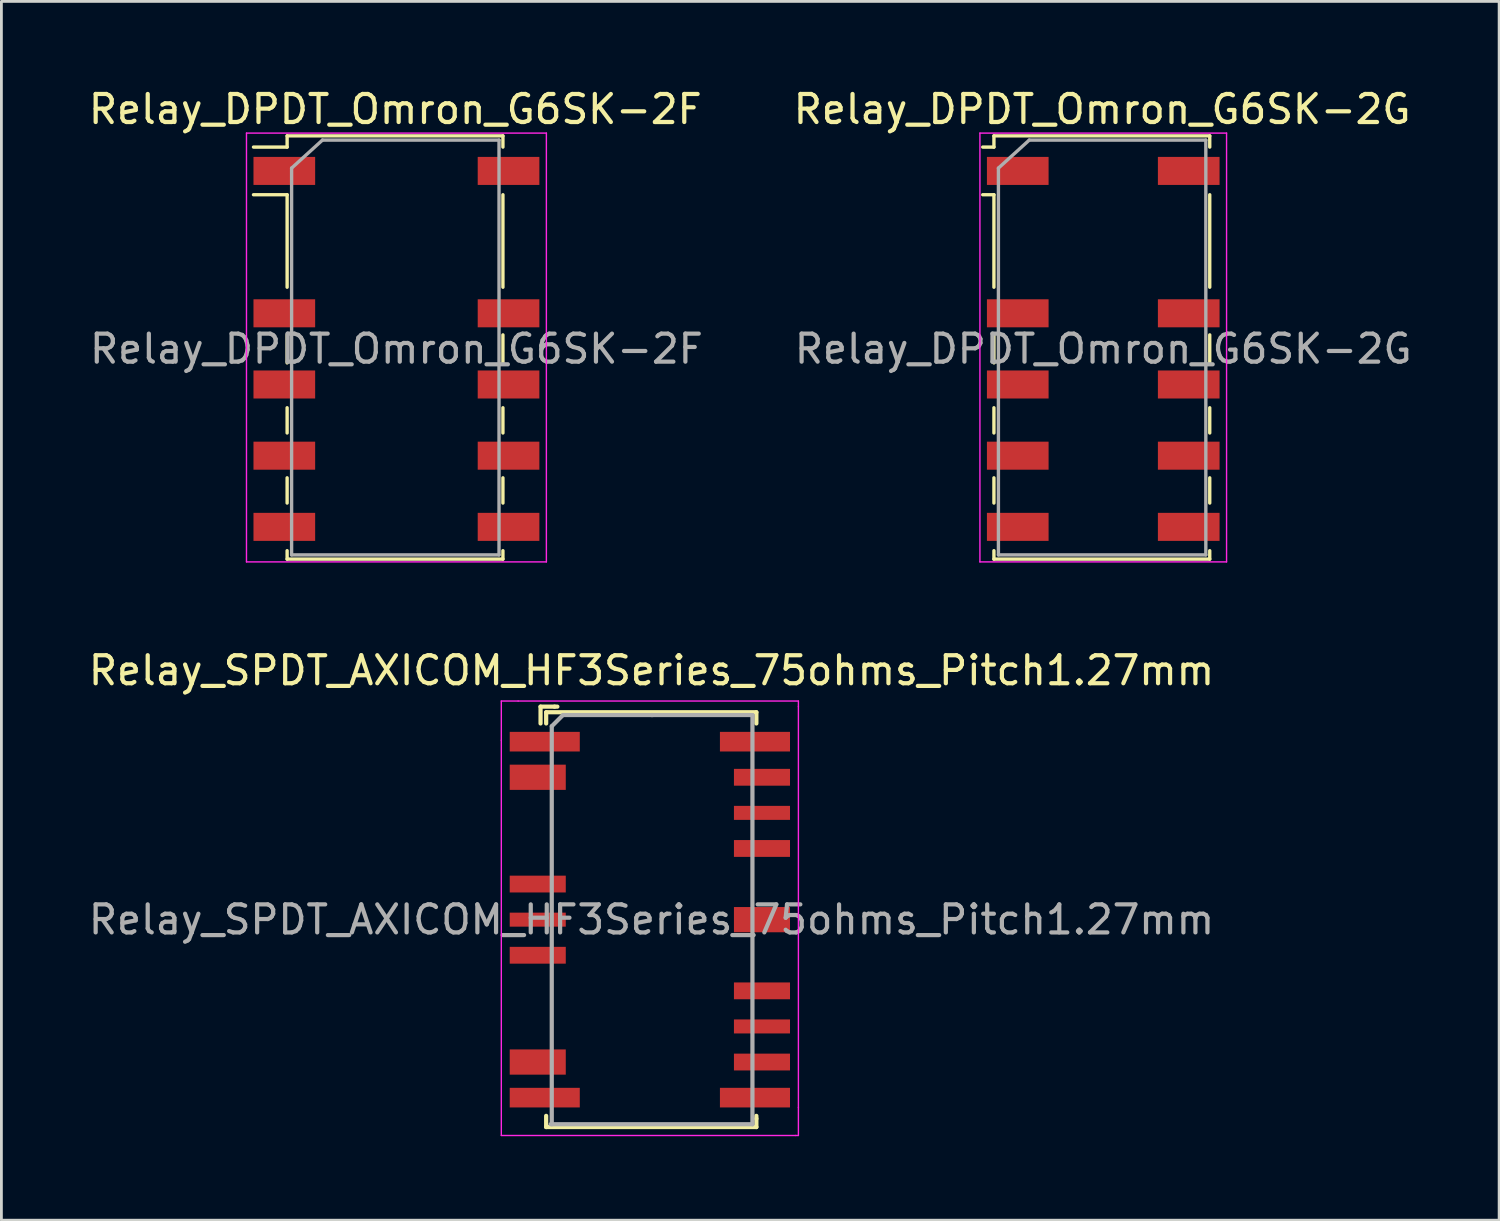
<source format=kicad_pcb>
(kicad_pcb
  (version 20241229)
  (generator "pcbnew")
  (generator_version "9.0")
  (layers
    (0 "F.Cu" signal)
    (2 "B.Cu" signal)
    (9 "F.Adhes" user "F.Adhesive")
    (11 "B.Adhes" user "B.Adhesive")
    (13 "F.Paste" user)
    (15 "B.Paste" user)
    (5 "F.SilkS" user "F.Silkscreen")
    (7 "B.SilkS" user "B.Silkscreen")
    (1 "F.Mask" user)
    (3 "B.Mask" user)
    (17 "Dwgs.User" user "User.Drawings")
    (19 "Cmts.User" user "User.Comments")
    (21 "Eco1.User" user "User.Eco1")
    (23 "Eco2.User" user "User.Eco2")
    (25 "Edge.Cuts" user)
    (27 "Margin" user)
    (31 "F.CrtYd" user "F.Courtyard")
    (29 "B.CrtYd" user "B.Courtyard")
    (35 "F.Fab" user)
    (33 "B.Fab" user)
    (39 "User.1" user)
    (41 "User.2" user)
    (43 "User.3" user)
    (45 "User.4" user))
  (footprint "Relay_DPDT_Omron_G6SK-2G"
    (layer "F.Cu")
    (at 36.312 9.398)
    (property "Reference" "Relay_DPDT_Omron_G6SK-2G" (at -0.04 -8.55 0) (layer "F.SilkS") (effects (font (size 1 1) (thickness 0.15))))
    (attr smd)
    (fp_line (start -4.3 -7.2) (end -3.9 -7.2) (stroke (width 0.12) (type solid)) (layer "F.SilkS"))
    (fp_line (start -3.9 -7.6) (end 3.8 -7.6) (stroke (width 0.12) (type solid)) (layer "F.SilkS"))
    (fp_line (start -3.9 -7.2) (end -3.9 -7.6) (stroke (width 0.12) (type solid)) (layer "F.SilkS"))
    (fp_line (start -3.9 -5.5) (end -4.3 -5.5) (stroke (width 0.12) (type solid)) (layer "F.SilkS"))
    (fp_line (start -3.9 -5.5) (end -3.9 -2.2) (stroke (width 0.12) (type solid)) (layer "F.SilkS"))
    (fp_line (start -3.9 -0.5) (end -3.9 0.5) (stroke (width 0.12) (type solid)) (layer "F.SilkS"))
    (fp_line (start -3.9 2.1) (end -3.9 3) (stroke (width 0.12) (type solid)) (layer "F.SilkS"))
    (fp_line (start -3.9 5.5) (end -3.9 4.6) (stroke (width 0.12) (type solid)) (layer "F.SilkS"))
    (fp_line (start -3.9 7.2) (end -3.9 7.5) (stroke (width 0.12) (type solid)) (layer "F.SilkS"))
    (fp_line (start -3.9 7.5) (end 3.8 7.5) (stroke (width 0.12) (type solid)) (layer "F.SilkS"))
    (fp_line (start 3.8 -7.6) (end 3.8 -7.2) (stroke (width 0.12) (type solid)) (layer "F.SilkS"))
    (fp_line (start 3.8 -5.5) (end 3.8 -2.2) (stroke (width 0.12) (type solid)) (layer "F.SilkS"))
    (fp_line (start 3.8 0.5) (end 3.8 -0.5) (stroke (width 0.12) (type solid)) (layer "F.SilkS"))
    (fp_line (start 3.8 3) (end 3.8 2.1) (stroke (width 0.12) (type solid)) (layer "F.SilkS"))
    (fp_line (start 3.8 4.6) (end 3.8 5.5) (stroke (width 0.12) (type solid)) (layer "F.SilkS"))
    (fp_line (start 3.8 7.5) (end 3.8 7.2) (stroke (width 0.12) (type solid)) (layer "F.SilkS"))
    (fp_line (start -4.4 -7.7) (end -4.4 7.6) (stroke (width 0.05) (type solid)) (layer "F.CrtYd"))
    (fp_line (start -4.4 -7.7) (end 4.4 -7.7) (stroke (width 0.05) (type solid)) (layer "F.CrtYd"))
    (fp_line (start 4.4 7.6) (end -4.4 7.6) (stroke (width 0.05) (type solid)) (layer "F.CrtYd"))
    (fp_line (start 4.4 7.6) (end 4.4 -7.7) (stroke (width 0.05) (type solid)) (layer "F.CrtYd"))
    (fp_line (start -3.74 -6.45) (end -2.64 -7.45) (stroke (width 0.12) (type solid)) (layer "F.Fab"))
    (fp_line (start -3.74 7.35) (end -3.74 -6.45) (stroke (width 0.12) (type solid)) (layer "F.Fab"))
    (fp_line (start -2.64 -7.45) (end 3.66 -7.45) (stroke (width 0.12) (type solid)) (layer "F.Fab"))
    (fp_line (start 3.66 -7.45) (end 3.66 7.35) (stroke (width 0.12) (type solid)) (layer "F.Fab"))
    (fp_line (start 3.66 7.35) (end -3.74 7.35) (stroke (width 0.12) (type solid)) (layer "F.Fab"))
    (fp_text user "${REFERENCE}" (at 0 0 0) (layer "F.Fab") (effects (font (size 1 1) (thickness 0.15))))
    (pad "1" smd rect (at -3.05 -6.35) (size 2.2 1) (layers "F.Cu" "F.Mask" "F.Paste"))
    (pad "3" smd rect (at -3.05 -1.27) (size 2.2 1) (layers "F.Cu" "F.Mask" "F.Paste"))
    (pad "4" smd rect (at -3.05 1.27) (size 2.2 1) (layers "F.Cu" "F.Mask" "F.Paste"))
    (pad "5" smd rect (at -3.05 3.81) (size 2.2 1) (layers "F.Cu" "F.Mask" "F.Paste"))
    (pad "6" smd rect (at -3.05 6.35) (size 2.2 1) (layers "F.Cu" "F.Mask" "F.Paste"))
    (pad "7" smd rect (at 3.05 6.35) (size 2.2 1) (layers "F.Cu" "F.Mask" "F.Paste"))
    (pad "8" smd rect (at 3.05 3.81) (size 2.2 1) (layers "F.Cu" "F.Mask" "F.Paste"))
    (pad "9" smd rect (at 3.05 1.27) (size 2.2 1) (layers "F.Cu" "F.Mask" "F.Paste"))
    (pad "10" smd rect (at 3.05 -1.27) (size 2.2 1) (layers "F.Cu" "F.Mask" "F.Paste"))
    (pad "12" smd rect (at 3.05 -6.35) (size 2.2 1) (layers "F.Cu" "F.Mask" "F.Paste")))
  (footprint "Relay_SPDT_AXICOM_HF3Series_75ohms_Pitch1.27mm"
    (layer "F.Cu")
    (at 20.136 29.762)
    (property "Reference" "Relay_SPDT_AXICOM_HF3Series_75ohms_Pitch1.27mm" (at 0.06 -8.89 0) (layer "F.SilkS") (effects (font (size 1 1) (thickness 0.15))))
    (attr smd)
    (fp_line (start -3.9 -7.6) (end -3.4 -7.6) (stroke (width 0.15) (type solid)) (layer "F.SilkS"))
    (fp_line (start -3.9 -7) (end -3.9 -7.6) (stroke (width 0.15) (type solid)) (layer "F.SilkS"))
    (fp_line (start -3.7 -7.4) (end -3.7 -7) (stroke (width 0.15) (type solid)) (layer "F.SilkS"))
    (fp_line (start -3.7 7.4) (end -3.7 7) (stroke (width 0.15) (type solid)) (layer "F.SilkS"))
    (fp_line (start -3.4 -7.6) (end -3.3 -7.6) (stroke (width 0.15) (type solid)) (layer "F.SilkS"))
    (fp_line (start 3.8 -7.4) (end -3.7 -7.4) (stroke (width 0.15) (type solid)) (layer "F.SilkS"))
    (fp_line (start 3.8 -7) (end 3.8 -7.4) (stroke (width 0.15) (type solid)) (layer "F.SilkS"))
    (fp_line (start 3.8 7.1) (end 3.8 7) (stroke (width 0.15) (type solid)) (layer "F.SilkS"))
    (fp_line (start 3.8 7.1) (end 3.8 7.4) (stroke (width 0.15) (type solid)) (layer "F.SilkS"))
    (fp_line (start 3.8 7.4) (end -3.7 7.4) (stroke (width 0.15) (type solid)) (layer "F.SilkS"))
    (fp_line (start -5.3 -7.8) (end -5.3 -6.4) (stroke (width 0.05) (type solid)) (layer "F.CrtYd"))
    (fp_line (start -5.3 -6.4) (end -5.3 7.7) (stroke (width 0.05) (type solid)) (layer "F.CrtYd"))
    (fp_line (start -5.3 7.7) (end 5.2 7.7) (stroke (width 0.05) (type solid)) (layer "F.CrtYd"))
    (fp_line (start -4.7 -7.8) (end -5.3 -7.8) (stroke (width 0.05) (type solid)) (layer "F.CrtYd"))
    (fp_line (start 5.2 7.7) (end 5.3 7.7) (stroke (width 0.05) (type solid)) (layer "F.CrtYd"))
    (fp_line (start 5.3 -7.8) (end -4.7 -7.8) (stroke (width 0.05) (type solid)) (layer "F.CrtYd"))
    (fp_line (start 5.3 -7.6) (end 5.3 -7.8) (stroke (width 0.05) (type solid)) (layer "F.CrtYd"))
    (fp_line (start 5.3 6.7) (end 5.3 -7.6) (stroke (width 0.05) (type solid)) (layer "F.CrtYd"))
    (fp_line (start 5.3 7.7) (end 5.3 6.7) (stroke (width 0.05) (type solid)) (layer "F.CrtYd"))
    (fp_line (start -3.5 -6.9) (end -3.1 -7.3) (stroke (width 0.15) (type solid)) (layer "F.Fab"))
    (fp_line (start -3.5 7.3) (end -3.5 -6.9) (stroke (width 0.15) (type solid)) (layer "F.Fab"))
    (fp_line (start -3.1 -7.3) (end 0.1 -7.3) (stroke (width 0.15) (type solid)) (layer "F.Fab"))
    (fp_line (start 0.06 -7.3) (end 3.66 -7.3) (stroke (width 0.15) (type solid)) (layer "F.Fab"))
    (fp_line (start 3.66 -7.3) (end 3.66 7.3) (stroke (width 0.15) (type solid)) (layer "F.Fab"))
    (fp_line (start 3.66 7.3) (end -3.54 7.3) (stroke (width 0.15) (type solid)) (layer "F.Fab"))
    (fp_text user "${REFERENCE}" (at 0.06 0 0) (layer "F.Fab") (effects (font (size 1 1) (thickness 0.15))))
    (pad "1" smd rect (at -3.75 -6.35) (size 2.5 0.7) (layers "F.Cu" "F.Mask" "F.Paste"))
    (pad "2" smd rect (at -4 -5.08) (size 2 0.9) (layers "F.Cu" "F.Mask" "F.Paste"))
    (pad "5" smd rect (at -4 -1.27) (size 2 0.6) (layers "F.Cu" "F.Mask" "F.Paste"))
    (pad "6" smd rect (at -4 0) (size 2 0.5) (layers "F.Cu" "F.Mask" "F.Paste"))
    (pad "7" smd rect (at -4 1.27) (size 2 0.6) (layers "F.Cu" "F.Mask" "F.Paste"))
    (pad "10" smd rect (at -4 5.08) (size 2 0.9) (layers "F.Cu" "F.Mask" "F.Paste"))
    (pad "11" smd rect (at -3.75 6.35) (size 2.5 0.7) (layers "F.Cu" "F.Mask" "F.Paste"))
    (pad "12" smd rect (at 3.75 6.35) (size 2.5 0.7) (layers "F.Cu" "F.Mask" "F.Paste"))
    (pad "13" smd rect (at 4 5.08) (size 2 0.6) (layers "F.Cu" "F.Mask" "F.Paste"))
    (pad "14" smd rect (at 4 3.81) (size 2 0.5) (layers "F.Cu" "F.Mask" "F.Paste"))
    (pad "15" smd rect (at 4 2.54) (size 2 0.6) (layers "F.Cu" "F.Mask" "F.Paste"))
    (pad "17" smd rect (at 4 0) (size 2 0.9) (layers "F.Cu" "F.Mask" "F.Paste"))
    (pad "19" smd rect (at 4 -2.54) (size 2 0.6) (layers "F.Cu" "F.Mask" "F.Paste"))
    (pad "20" smd rect (at 4 -3.81) (size 2 0.5) (layers "F.Cu" "F.Mask" "F.Paste"))
    (pad "21" smd rect (at 4 -5.08) (size 2 0.6) (layers "F.Cu" "F.Mask" "F.Paste"))
    (pad "22" smd rect (at 3.75 -6.35) (size 2.5 0.7) (layers "F.Cu" "F.Mask" "F.Paste")))
  (footprint "Relay_DPDT_Omron_G6SK-2F"
    (layer "F.Cu")
    (at 11.094 9.398)
    (property "Reference" "Relay_DPDT_Omron_G6SK-2F" (at -0.04 -8.55 0) (layer "F.SilkS") (effects (font (size 1 1) (thickness 0.15))))
    (attr smd)
    (fp_line (start -5.1 -7.2) (end -3.9 -7.2) (stroke (width 0.12) (type solid)) (layer "F.SilkS"))
    (fp_line (start -3.9 -7.6) (end 3.8 -7.6) (stroke (width 0.12) (type solid)) (layer "F.SilkS"))
    (fp_line (start -3.9 -7.2) (end -3.9 -7.6) (stroke (width 0.12) (type solid)) (layer "F.SilkS"))
    (fp_line (start -3.9 -5.5) (end -5.1 -5.5) (stroke (width 0.12) (type solid)) (layer "F.SilkS"))
    (fp_line (start -3.9 -5.5) (end -3.9 -2.2) (stroke (width 0.12) (type solid)) (layer "F.SilkS"))
    (fp_line (start -3.9 -0.5) (end -3.9 0.5) (stroke (width 0.12) (type solid)) (layer "F.SilkS"))
    (fp_line (start -3.9 2.1) (end -3.9 3) (stroke (width 0.12) (type solid)) (layer "F.SilkS"))
    (fp_line (start -3.9 5.5) (end -3.9 4.6) (stroke (width 0.12) (type solid)) (layer "F.SilkS"))
    (fp_line (start -3.9 7.2) (end -3.9 7.5) (stroke (width 0.12) (type solid)) (layer "F.SilkS"))
    (fp_line (start -3.9 7.5) (end 3.8 7.5) (stroke (width 0.12) (type solid)) (layer "F.SilkS"))
    (fp_line (start 3.8 -7.6) (end 3.8 -7.2) (stroke (width 0.12) (type solid)) (layer "F.SilkS"))
    (fp_line (start 3.8 -5.5) (end 3.8 -2.2) (stroke (width 0.12) (type solid)) (layer "F.SilkS"))
    (fp_line (start 3.8 0.5) (end 3.8 -0.5) (stroke (width 0.12) (type solid)) (layer "F.SilkS"))
    (fp_line (start 3.8 3) (end 3.8 2.1) (stroke (width 0.12) (type solid)) (layer "F.SilkS"))
    (fp_line (start 3.8 4.6) (end 3.8 5.5) (stroke (width 0.12) (type solid)) (layer "F.SilkS"))
    (fp_line (start 3.8 7.5) (end 3.8 7.2) (stroke (width 0.12) (type solid)) (layer "F.SilkS"))
    (fp_line (start -5.35 -7.7) (end -5.35 7.6) (stroke (width 0.05) (type solid)) (layer "F.CrtYd"))
    (fp_line (start -5.35 -7.7) (end 5.35 -7.7) (stroke (width 0.05) (type solid)) (layer "F.CrtYd"))
    (fp_line (start 5.35 7.6) (end -5.35 7.6) (stroke (width 0.05) (type solid)) (layer "F.CrtYd"))
    (fp_line (start 5.35 7.6) (end 5.35 -7.7) (stroke (width 0.05) (type solid)) (layer "F.CrtYd"))
    (fp_line (start -3.74 -6.45) (end -2.64 -7.45) (stroke (width 0.12) (type solid)) (layer "F.Fab"))
    (fp_line (start -3.74 7.35) (end -3.74 -6.45) (stroke (width 0.12) (type solid)) (layer "F.Fab"))
    (fp_line (start -2.64 -7.45) (end 3.66 -7.45) (stroke (width 0.12) (type solid)) (layer "F.Fab"))
    (fp_line (start 3.66 -7.45) (end 3.66 7.35) (stroke (width 0.12) (type solid)) (layer "F.Fab"))
    (fp_line (start 3.66 7.35) (end -3.74 7.35) (stroke (width 0.12) (type solid)) (layer "F.Fab"))
    (fp_text user "${REFERENCE}" (at 0 0 0) (layer "F.Fab") (effects (font (size 1 1) (thickness 0.15))))
    (pad "1" smd rect (at -4 -6.35) (size 2.2 1) (layers "F.Cu" "F.Mask" "F.Paste"))
    (pad "3" smd rect (at -4 -1.27) (size 2.2 1) (layers "F.Cu" "F.Mask" "F.Paste"))
    (pad "4" smd rect (at -4 1.27) (size 2.2 1) (layers "F.Cu" "F.Mask" "F.Paste"))
    (pad "5" smd rect (at -4 3.81) (size 2.2 1) (layers "F.Cu" "F.Mask" "F.Paste"))
    (pad "6" smd rect (at -4 6.35) (size 2.2 1) (layers "F.Cu" "F.Mask" "F.Paste"))
    (pad "7" smd rect (at 4 6.35) (size 2.2 1) (layers "F.Cu" "F.Mask" "F.Paste"))
    (pad "8" smd rect (at 4 3.81) (size 2.2 1) (layers "F.Cu" "F.Mask" "F.Paste"))
    (pad "9" smd rect (at 4 1.27) (size 2.2 1) (layers "F.Cu" "F.Mask" "F.Paste"))
    (pad "10" smd rect (at 4 -1.27) (size 2.2 1) (layers "F.Cu" "F.Mask" "F.Paste"))
    (pad "12" smd rect (at 4 -6.35) (size 2.2 1) (layers "F.Cu" "F.Mask" "F.Paste")))
  (gr_rect
    (start -3 -3)
    (end 50.437 40.486)
    (stroke (width 0.1) (type default))
    (fill no)
    (layer "Edge.Cuts")))
</source>
